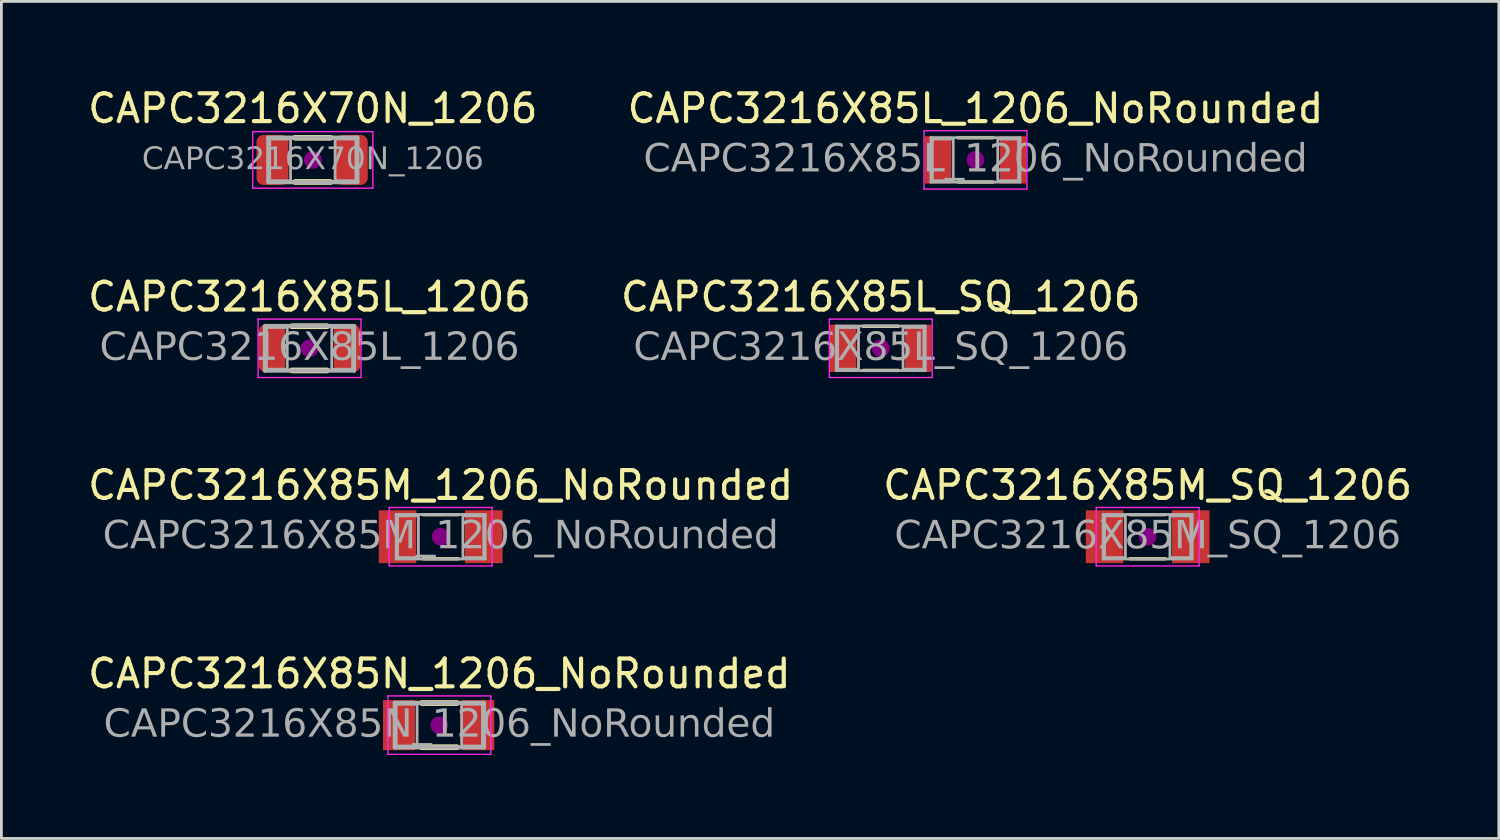
<source format=kicad_pcb>
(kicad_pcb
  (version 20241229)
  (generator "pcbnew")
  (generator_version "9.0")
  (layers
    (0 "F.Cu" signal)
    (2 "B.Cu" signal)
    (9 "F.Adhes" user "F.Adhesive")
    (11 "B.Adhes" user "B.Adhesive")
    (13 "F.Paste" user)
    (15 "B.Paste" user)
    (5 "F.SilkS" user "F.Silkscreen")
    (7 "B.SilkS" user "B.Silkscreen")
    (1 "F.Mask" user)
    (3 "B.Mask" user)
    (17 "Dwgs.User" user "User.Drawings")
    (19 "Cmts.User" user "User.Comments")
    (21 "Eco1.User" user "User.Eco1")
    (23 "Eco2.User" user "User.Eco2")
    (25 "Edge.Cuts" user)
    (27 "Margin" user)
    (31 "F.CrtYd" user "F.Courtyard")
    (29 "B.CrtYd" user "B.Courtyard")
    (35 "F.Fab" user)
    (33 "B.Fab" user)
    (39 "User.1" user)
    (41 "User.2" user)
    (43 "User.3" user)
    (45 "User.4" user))
  (footprint "CAPC3216X85N_1206_NoRounded"
    (layer "F.Cu")
    (at 12.744 23.018)
    (property "Reference" "CAPC3216X85N_1206_NoRounded" (at 0 -1.85 0) (layer "F.SilkS") (effects (font (size 1 1) (thickness 0.15))))
    (attr smd)
    (fp_line (start -0.635 -0.794) (end 0.635 -0.794) (stroke (width 0.203) (type solid)) (layer "F.SilkS"))
    (fp_line (start -0.635 0.794) (end 0.635 0.794) (stroke (width 0.203) (type solid)) (layer "F.SilkS"))
    (fp_circle (center 0 0) (end 0.318 0) (stroke (width 0) (type solid)) (fill yes) (layer "F.Adhes"))
    (fp_line (start -1.85 -1.05) (end 1.85 -1.05) (stroke (width 0.05) (type solid)) (layer "F.CrtYd"))
    (fp_line (start -1.85 1.05) (end -1.85 -1.05) (stroke (width 0.05) (type solid)) (layer "F.CrtYd"))
    (fp_line (start 1.85 -1.05) (end 1.85 1.05) (stroke (width 0.05) (type solid)) (layer "F.CrtYd"))
    (fp_line (start 1.85 1.05) (end -1.85 1.05) (stroke (width 0.05) (type solid)) (layer "F.CrtYd"))
    (fp_line (start -1.6 -0.8) (end 1.6 -0.8) (stroke (width 0.152) (type solid)) (layer "F.Fab"))
    (fp_line (start -1.6 0.8) (end -1.6 -0.8) (stroke (width 0.152) (type solid)) (layer "F.Fab"))
    (fp_line (start 1.6 -0.8) (end 1.6 0.8) (stroke (width 0.152) (type solid)) (layer "F.Fab"))
    (fp_line (start 1.6 0.8) (end -1.6 0.8) (stroke (width 0.152) (type solid)) (layer "F.Fab"))
    (fp_rect (start -0.8 0.75) (end -1.55 -0.75) (stroke (width 0.1) (type solid)) (fill no) (layer "F.Fab"))
    (fp_rect (start 0.8 -0.75) (end 1.55 0.75) (stroke (width 0.1) (type solid)) (fill no) (layer "F.Fab"))
    (fp_text user "${REFERENCE}" (at 0 0 0) (layer "F.Fab") (effects (font (face "Tahoma") (size 1 1) (thickness 0.15))))
    (pad "1" smd rect (at -1.45 0) (size 1.15 1.8) (layers "F.Cu" "F.Mask" "F.Paste"))
    (pad "2" smd rect (at 1.4 0) (size 1.15 1.8) (layers "F.Cu" "F.Mask" "F.Paste")))
  (footprint "CAPC3216X85L_1206"
    (layer "F.Cu")
    (at 8.077 9.472)
    (property "Reference" "CAPC3216X85L_1206" (at 0 -1.85 0) (layer "F.SilkS") (effects (font (size 1 1) (thickness 0.15))))
    (attr smd)
    (fp_line (start -0.635 -0.794) (end 0.635 -0.794) (stroke (width 0.203) (type solid)) (layer "F.SilkS"))
    (fp_line (start -0.635 0.794) (end 0.635 0.794) (stroke (width 0.203) (type solid)) (layer "F.SilkS"))
    (fp_circle (center 0 0) (end 0.318 0) (stroke (width 0) (type solid)) (fill yes) (layer "F.Adhes"))
    (fp_line (start -1.85 -1.05) (end 1.85 -1.05) (stroke (width 0.05) (type solid)) (layer "F.CrtYd"))
    (fp_line (start -1.85 1.05) (end -1.85 -1.05) (stroke (width 0.05) (type solid)) (layer "F.CrtYd"))
    (fp_line (start 1.85 -1.05) (end 1.85 1.05) (stroke (width 0.05) (type solid)) (layer "F.CrtYd"))
    (fp_line (start 1.85 1.05) (end -1.85 1.05) (stroke (width 0.05) (type solid)) (layer "F.CrtYd"))
    (fp_line (start -1.6 -0.8) (end 1.6 -0.8) (stroke (width 0.152) (type solid)) (layer "F.Fab"))
    (fp_line (start -1.6 0.8) (end -1.6 -0.8) (stroke (width 0.152) (type solid)) (layer "F.Fab"))
    (fp_line (start 1.6 -0.8) (end 1.6 0.8) (stroke (width 0.152) (type solid)) (layer "F.Fab"))
    (fp_line (start 1.6 0.8) (end -1.6 0.8) (stroke (width 0.152) (type solid)) (layer "F.Fab"))
    (fp_rect (start -0.8 0.75) (end -1.55 -0.75) (stroke (width 0.1) (type solid)) (fill no) (layer "F.Fab"))
    (fp_rect (start 0.8 -0.75) (end 1.55 0.75) (stroke (width 0.1) (type solid)) (fill no) (layer "F.Fab"))
    (fp_text user "${REFERENCE}" (at 0 0 0) (layer "F.Fab") (effects (font (face "Tahoma") (size 1 1) (thickness 0.15))))
    (pad "1" smd roundrect (at -1.35 0) (size 0.95 1.7) (layers "F.Cu" "F.Mask" "F.Paste") (roundrect_rratio 0.25))
    (pad "2" smd roundrect (at 1.35 0) (size 0.95 1.7) (layers "F.Cu" "F.Mask" "F.Paste") (roundrect_rratio 0.25)))
  (footprint "CAPC3216X70N_1206"
    (layer "F.Cu")
    (at 8.196 2.698)
    (property "Reference" "CAPC3216X70N_1206" (at 0 -1.85 0) (layer "F.SilkS") (effects (font (size 1 1) (thickness 0.15))))
    (attr smd)
    (fp_line (start -0.635 -0.794) (end 0.635 -0.794) (stroke (width 0.203) (type solid)) (layer "F.SilkS"))
    (fp_line (start -0.635 0.794) (end 0.635 0.794) (stroke (width 0.203) (type solid)) (layer "F.SilkS"))
    (fp_circle (center 0 0) (end 0.318 0) (stroke (width 0) (type solid)) (fill yes) (layer "F.Adhes"))
    (fp_line (start -2.159 -1.016) (end 2.159 -1.016) (stroke (width 0.05) (type solid)) (layer "F.CrtYd"))
    (fp_line (start -2.159 1.016) (end -2.159 -1.016) (stroke (width 0.05) (type solid)) (layer "F.CrtYd"))
    (fp_line (start 2.159 -1.016) (end 2.159 1.016) (stroke (width 0.05) (type solid)) (layer "F.CrtYd"))
    (fp_line (start 2.159 1.016) (end -2.159 1.016) (stroke (width 0.05) (type solid)) (layer "F.CrtYd"))
    (fp_line (start -1.6 -0.8) (end 1.6 -0.8) (stroke (width 0.152) (type solid)) (layer "F.Fab"))
    (fp_line (start -1.6 0.8) (end -1.6 -0.8) (stroke (width 0.152) (type solid)) (layer "F.Fab"))
    (fp_line (start 1.6 -0.8) (end 1.6 0.8) (stroke (width 0.152) (type solid)) (layer "F.Fab"))
    (fp_line (start 1.6 0.8) (end -1.6 0.8) (stroke (width 0.152) (type solid)) (layer "F.Fab"))
    (fp_rect (start -0.8 0.75) (end -1.55 -0.75) (stroke (width 0.1) (type solid)) (fill no) (layer "F.Fab"))
    (fp_rect (start 0.8 -0.75) (end 1.55 0.75) (stroke (width 0.1) (type solid)) (fill no) (layer "F.Fab"))
    (fp_text user "${REFERENCE}" (at 0 0 0) (layer "F.Fab") (effects (font (face "Tahoma") (size 0.8 0.8) (thickness 0.12))))
    (pad "1" smd roundrect (at -1.45 0) (size 1.15 1.8) (layers "F.Cu" "F.Mask" "F.Paste") (roundrect_rratio 0.217))
    (pad "2" smd roundrect (at 1.4 0) (size 1.15 1.8) (layers "F.Cu" "F.Mask" "F.Paste") (roundrect_rratio 0.217)))
  (footprint "CAPC3216X85M_SQ_1206"
    (layer "F.Cu")
    (at 38.208 16.245)
    (property "Reference" "CAPC3216X85M_SQ_1206" (at 0 -1.85 0) (layer "F.SilkS") (effects (font (size 1 1) (thickness 0.15))))
    (attr smd)
    (fp_line (start -0.635 -0.794) (end 0.635 -0.794) (stroke (width 0.12) (type solid)) (layer "F.SilkS"))
    (fp_line (start -0.635 0.794) (end 0.635 0.794) (stroke (width 0.12) (type solid)) (layer "F.SilkS"))
    (fp_circle (center 0 0) (end 0.318 0) (stroke (width 0) (type solid)) (fill yes) (layer "F.Adhes"))
    (fp_line (start -1.85 -1.05) (end 1.85 -1.05) (stroke (width 0.05) (type solid)) (layer "F.CrtYd"))
    (fp_line (start -1.85 1.05) (end -1.85 -1.05) (stroke (width 0.05) (type solid)) (layer "F.CrtYd"))
    (fp_line (start 1.85 -1.05) (end 1.85 1.05) (stroke (width 0.05) (type solid)) (layer "F.CrtYd"))
    (fp_line (start 1.85 1.05) (end -1.85 1.05) (stroke (width 0.05) (type solid)) (layer "F.CrtYd"))
    (fp_line (start -1.6 -0.8) (end 1.6 -0.8) (stroke (width 0.1) (type solid)) (layer "F.Fab"))
    (fp_line (start -1.6 0.8) (end -1.6 -0.8) (stroke (width 0.1) (type solid)) (layer "F.Fab"))
    (fp_line (start 1.6 -0.8) (end 1.6 0.8) (stroke (width 0.1) (type solid)) (layer "F.Fab"))
    (fp_line (start 1.6 0.8) (end -1.6 0.8) (stroke (width 0.1) (type solid)) (layer "F.Fab"))
    (fp_rect (start -0.8 0.75) (end -1.55 -0.75) (stroke (width 0.1) (type solid)) (fill no) (layer "F.Fab"))
    (fp_rect (start 0.8 -0.75) (end 1.55 0.75) (stroke (width 0.1) (type solid)) (fill no) (layer "F.Fab"))
    (fp_text user "${REFERENCE}" (at 0 0 0) (layer "F.Fab") (effects (font (face "Tahoma") (size 1 1) (thickness 0.15))))
    (pad "1" smd rect (at -1.55 0) (size 1.35 1.9) (layers "F.Cu" "F.Mask" "F.Paste"))
    (pad "2" smd rect (at 1.55 0) (size 1.35 1.9) (layers "F.Cu" "F.Mask" "F.Paste")))
  (footprint "CAPC3216X85M_1206_NoRounded"
    (layer "F.Cu")
    (at 12.792 16.245)
    (property "Reference" "CAPC3216X85M_1206_NoRounded" (at 0 -1.85 0) (layer "F.SilkS") (effects (font (size 1 1) (thickness 0.15))))
    (attr smd)
    (fp_line (start -0.635 -0.794) (end 0.635 -0.794) (stroke (width 0.12) (type solid)) (layer "F.SilkS"))
    (fp_line (start -0.635 0.794) (end 0.635 0.794) (stroke (width 0.12) (type solid)) (layer "F.SilkS"))
    (fp_circle (center 0 0) (end 0.318 0) (stroke (width 0) (type solid)) (fill yes) (layer "F.Adhes"))
    (fp_line (start -1.85 -1.05) (end 1.85 -1.05) (stroke (width 0.05) (type solid)) (layer "F.CrtYd"))
    (fp_line (start -1.85 1.05) (end -1.85 -1.05) (stroke (width 0.05) (type solid)) (layer "F.CrtYd"))
    (fp_line (start 1.85 -1.05) (end 1.85 1.05) (stroke (width 0.05) (type solid)) (layer "F.CrtYd"))
    (fp_line (start 1.85 1.05) (end -1.85 1.05) (stroke (width 0.05) (type solid)) (layer "F.CrtYd"))
    (fp_line (start -1.6 -0.8) (end 1.6 -0.8) (stroke (width 0.1) (type solid)) (layer "F.Fab"))
    (fp_line (start -1.6 0.8) (end -1.6 -0.8) (stroke (width 0.1) (type solid)) (layer "F.Fab"))
    (fp_line (start 1.6 -0.8) (end 1.6 0.8) (stroke (width 0.1) (type solid)) (layer "F.Fab"))
    (fp_line (start 1.6 0.8) (end -1.6 0.8) (stroke (width 0.1) (type solid)) (layer "F.Fab"))
    (fp_rect (start -0.8 0.75) (end -1.55 -0.75) (stroke (width 0.1) (type solid)) (fill no) (layer "F.Fab"))
    (fp_rect (start 0.8 -0.75) (end 1.55 0.75) (stroke (width 0.1) (type solid)) (fill no) (layer "F.Fab"))
    (fp_text user "${REFERENCE}" (at 0 0 0) (layer "F.Fab") (effects (font (face "Tahoma") (size 1 1) (thickness 0.15))))
    (pad "1" smd rect (at -1.55 0) (size 1.35 1.9) (layers "F.Cu" "F.Mask" "F.Paste"))
    (pad "2" smd rect (at 1.55 0) (size 1.35 1.9) (layers "F.Cu" "F.Mask" "F.Paste")))
  (footprint "CAPC3216X85L_1206_NoRounded"
    (layer "F.Cu")
    (at 32.018 2.698)
    (property "Reference" "CAPC3216X85L_1206_NoRounded" (at 0 -1.85 0) (layer "F.SilkS") (effects (font (size 1 1) (thickness 0.15))))
    (attr smd)
    (fp_line (start -0.635 -0.794) (end 0.635 -0.794) (stroke (width 0.12) (type solid)) (layer "F.SilkS"))
    (fp_line (start -0.635 0.794) (end 0.635 0.794) (stroke (width 0.12) (type solid)) (layer "F.SilkS"))
    (fp_circle (center 0 0) (end 0.318 0) (stroke (width 0) (type solid)) (fill yes) (layer "F.Adhes"))
    (fp_line (start -1.85 -1.05) (end 1.85 -1.05) (stroke (width 0.05) (type solid)) (layer "F.CrtYd"))
    (fp_line (start -1.85 1.05) (end -1.85 -1.05) (stroke (width 0.05) (type solid)) (layer "F.CrtYd"))
    (fp_line (start 1.85 -1.05) (end 1.85 1.05) (stroke (width 0.05) (type solid)) (layer "F.CrtYd"))
    (fp_line (start 1.85 1.05) (end -1.85 1.05) (stroke (width 0.05) (type solid)) (layer "F.CrtYd"))
    (fp_line (start -1.6 -0.8) (end 1.6 -0.8) (stroke (width 0.1) (type solid)) (layer "F.Fab"))
    (fp_line (start -1.6 0.8) (end -1.6 -0.8) (stroke (width 0.1) (type solid)) (layer "F.Fab"))
    (fp_line (start 1.6 -0.8) (end 1.6 0.8) (stroke (width 0.1) (type solid)) (layer "F.Fab"))
    (fp_line (start 1.6 0.8) (end -1.6 0.8) (stroke (width 0.1) (type solid)) (layer "F.Fab"))
    (fp_rect (start -0.8 0.75) (end -1.55 -0.75) (stroke (width 0.1) (type solid)) (fill no) (layer "F.Fab"))
    (fp_rect (start 0.8 -0.75) (end 1.55 0.75) (stroke (width 0.1) (type solid)) (fill no) (layer "F.Fab"))
    (fp_text user "${REFERENCE}" (at 0 0 0) (layer "F.Fab") (effects (font (face "Tahoma") (size 1 1) (thickness 0.15))))
    (pad "1" smd rect (at -1.35 0) (size 0.95 1.7) (layers "F.Cu" "F.Mask" "F.Paste"))
    (pad "2" smd rect (at 1.35 0) (size 0.95 1.7) (layers "F.Cu" "F.Mask" "F.Paste")))
  (footprint "CAPC3216X85L_SQ_1206"
    (layer "F.Cu")
    (at 28.613 9.472)
    (property "Reference" "CAPC3216X85L_SQ_1206" (at 0 -1.85 0) (layer "F.SilkS") (effects (font (size 1 1) (thickness 0.15))))
    (attr smd)
    (fp_line (start -0.635 -0.794) (end 0.635 -0.794) (stroke (width 0.12) (type solid)) (layer "F.SilkS"))
    (fp_line (start -0.635 0.794) (end 0.635 0.794) (stroke (width 0.12) (type solid)) (layer "F.SilkS"))
    (fp_circle (center 0 0) (end 0.318 0) (stroke (width 0) (type solid)) (fill yes) (layer "F.Adhes"))
    (fp_line (start -1.85 -1.05) (end 1.85 -1.05) (stroke (width 0.05) (type solid)) (layer "F.CrtYd"))
    (fp_line (start -1.85 1.05) (end -1.85 -1.05) (stroke (width 0.05) (type solid)) (layer "F.CrtYd"))
    (fp_line (start 1.85 -1.05) (end 1.85 1.05) (stroke (width 0.05) (type solid)) (layer "F.CrtYd"))
    (fp_line (start 1.85 1.05) (end -1.85 1.05) (stroke (width 0.05) (type solid)) (layer "F.CrtYd"))
    (fp_line (start -1.6 -0.8) (end 1.6 -0.8) (stroke (width 0.1) (type solid)) (layer "F.Fab"))
    (fp_line (start -1.6 0.8) (end -1.6 -0.8) (stroke (width 0.1) (type solid)) (layer "F.Fab"))
    (fp_line (start 1.6 -0.8) (end 1.6 0.8) (stroke (width 0.1) (type solid)) (layer "F.Fab"))
    (fp_line (start 1.6 0.8) (end -1.6 0.8) (stroke (width 0.1) (type solid)) (layer "F.Fab"))
    (fp_rect (start -0.8 0.75) (end -1.55 -0.75) (stroke (width 0.1) (type solid)) (fill no) (layer "F.Fab"))
    (fp_rect (start 0.8 -0.75) (end 1.55 0.75) (stroke (width 0.1) (type solid)) (fill no) (layer "F.Fab"))
    (fp_text user "${REFERENCE}" (at 0 0 0) (layer "F.Fab") (effects (font (face "Tahoma") (size 1 1) (thickness 0.15))))
    (pad "1" smd rect (at -1.35 0) (size 0.95 1.7) (layers "F.Cu" "F.Mask" "F.Paste"))
    (pad "2" smd rect (at 1.35 0) (size 0.95 1.7) (layers "F.Cu" "F.Mask" "F.Paste")))
  (gr_rect
    (start -3 -3)
    (end 50.833 27.093)
    (stroke (width 0.1) (type default))
    (fill no)
    (layer "Edge.Cuts")))
</source>
